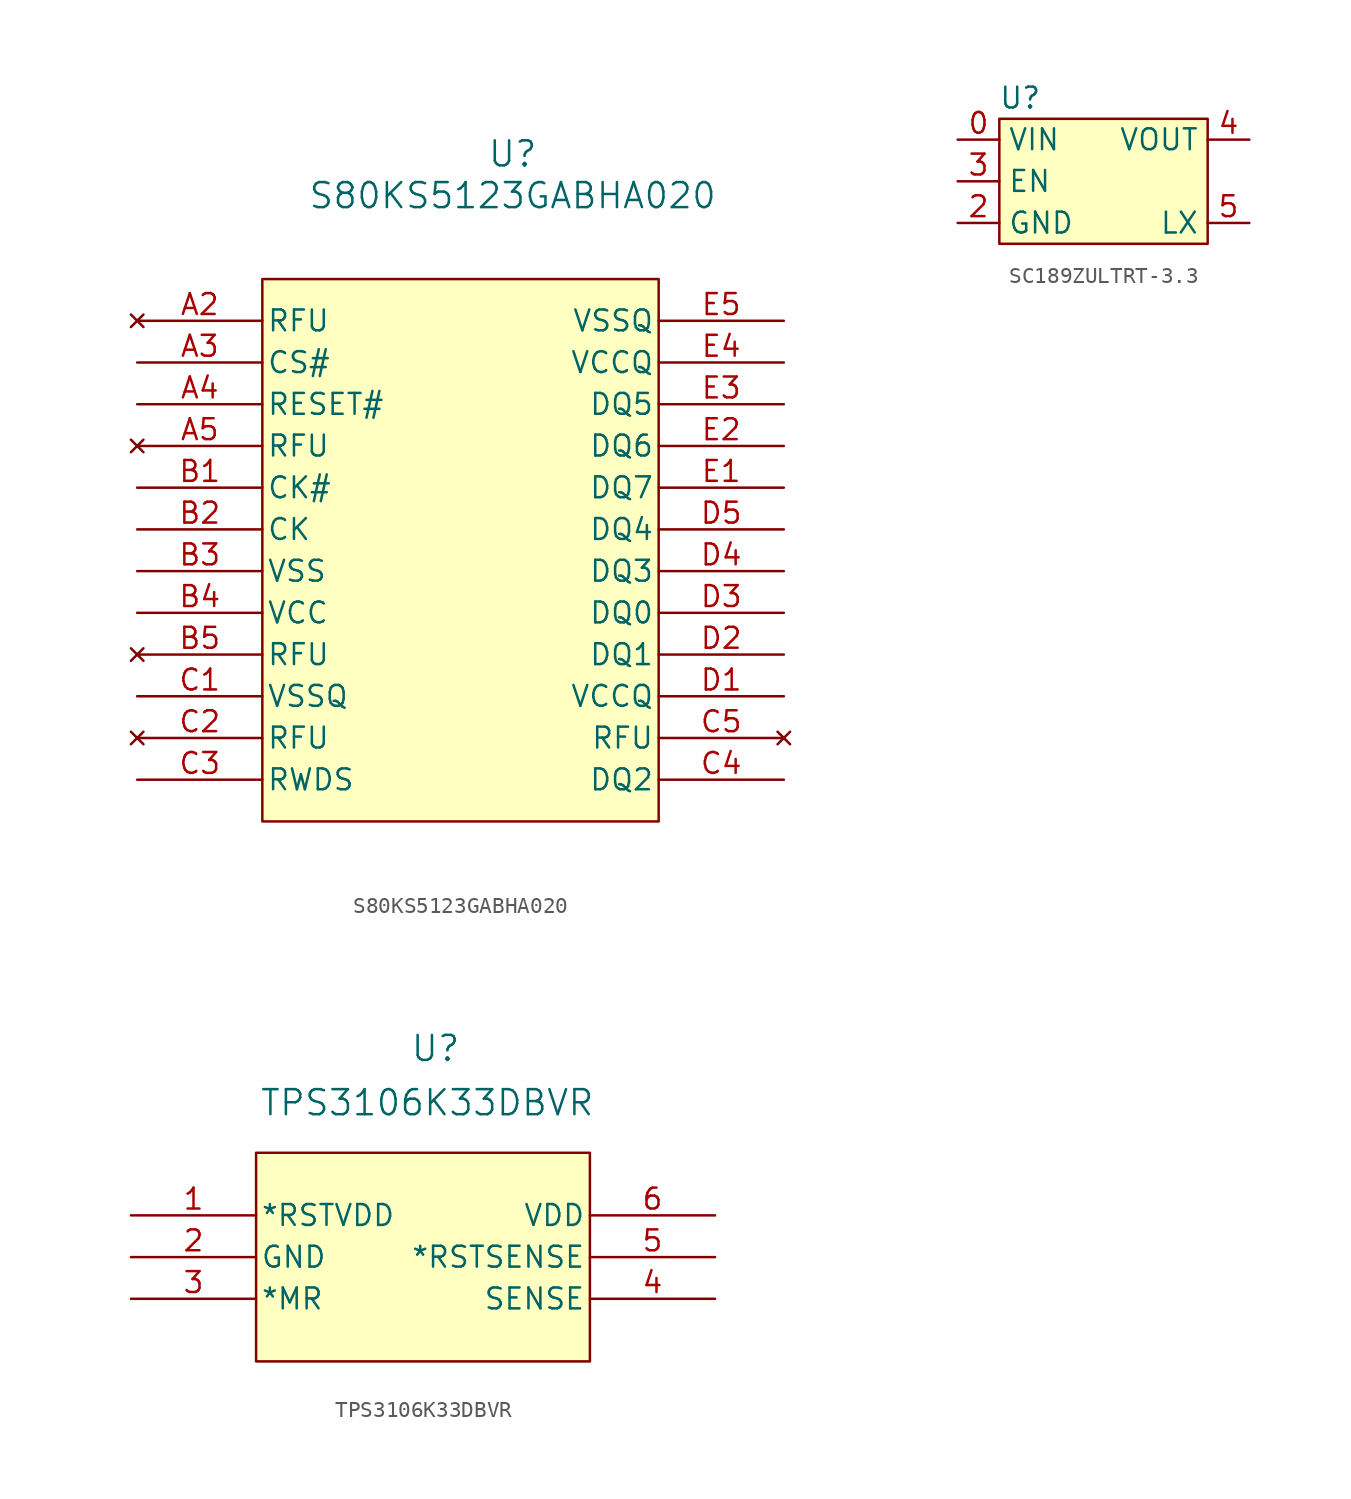
<source format=kicad_sym>
(kicad_symbol_lib
  (version 20231120)
  (generator "kicad_symbol_editor")
  (generator_version "8.0")
  (symbol "S80KS5123GABHA020"
    (pin_names
      (offset 0.254))
    (property "Reference" "U"
      (at 22.86 10.16 0)
      (effects (font (size 1.524 1.524))))
    (property "Value" "S80KS5123GABHA020"
      (at 22.86 7.62 0)
      (effects (font (size 1.524 1.524))))
    (property "ki_locked" ""
      (at 0 0 0)
      (effects (font (size 1.27 1.27))))
    (symbol "S80KS5123GABHA020_1_1"
      (rectangle (start 7.62 2.54) (end 31.75 -30.48) (stroke (width 0) (type default)) (fill (type background)))
      (pin no_connect line (at 0 0 0) (length 7.62) (name "RFU" (effects (font (size 1.27 1.27)))) (number "A2" (effects (font (size 1.27 1.27)))))
      (pin input line (at 0 -2.54 0) (length 7.62) (name "CS#" (effects (font (size 1.27 1.27)))) (number "A3" (effects (font (size 1.27 1.27)))))
      (pin input line (at 0 -5.08 0) (length 7.62) (name "RESET#" (effects (font (size 1.27 1.27)))) (number "A4" (effects (font (size 1.27 1.27)))))
      (pin no_connect line (at 0 -7.62 0) (length 7.62) (name "RFU" (effects (font (size 1.27 1.27)))) (number "A5" (effects (font (size 1.27 1.27)))))
      (pin input line (at 0 -10.16 0) (length 7.62) (name "CK#" (effects (font (size 1.27 1.27)))) (number "B1" (effects (font (size 1.27 1.27)))))
      (pin input line (at 0 -12.7 0) (length 7.62) (name "CK" (effects (font (size 1.27 1.27)))) (number "B2" (effects (font (size 1.27 1.27)))))
      (pin power_out line (at 0 -15.24 0) (length 7.62) (name "VSS" (effects (font (size 1.27 1.27)))) (number "B3" (effects (font (size 1.27 1.27)))))
      (pin power_in line (at 0 -17.78 0) (length 7.62) (name "VCC" (effects (font (size 1.27 1.27)))) (number "B4" (effects (font (size 1.27 1.27)))))
      (pin no_connect line (at 0 -20.32 0) (length 7.62) (name "RFU" (effects (font (size 1.27 1.27)))) (number "B5" (effects (font (size 1.27 1.27)))))
      (pin power_out line (at 0 -22.86 0) (length 7.62) (name "VSSQ" (effects (font (size 1.27 1.27)))) (number "C1" (effects (font (size 1.27 1.27)))))
      (pin no_connect line (at 0 -25.4 0) (length 7.62) (name "RFU" (effects (font (size 1.27 1.27)))) (number "C2" (effects (font (size 1.27 1.27)))))
      (pin bidirectional line (at 0 -27.94 0) (length 7.62) (name "RWDS" (effects (font (size 1.27 1.27)))) (number "C3" (effects (font (size 1.27 1.27)))))
      (pin bidirectional line (at 39.37 -27.94 180) (length 7.62) (name "DQ2" (effects (font (size 1.27 1.27)))) (number "C4" (effects (font (size 1.27 1.27)))))
      (pin no_connect line (at 39.37 -25.4 180) (length 7.62) (name "RFU" (effects (font (size 1.27 1.27)))) (number "C5" (effects (font (size 1.27 1.27)))))
      (pin power_in line (at 39.37 -22.86 180) (length 7.62) (name "VCCQ" (effects (font (size 1.27 1.27)))) (number "D1" (effects (font (size 1.27 1.27)))))
      (pin bidirectional line (at 39.37 -20.32 180) (length 7.62) (name "DQ1" (effects (font (size 1.27 1.27)))) (number "D2" (effects (font (size 1.27 1.27)))))
      (pin bidirectional line (at 39.37 -17.78 180) (length 7.62) (name "DQ0" (effects (font (size 1.27 1.27)))) (number "D3" (effects (font (size 1.27 1.27)))))
      (pin bidirectional line (at 39.37 -15.24 180) (length 7.62) (name "DQ3" (effects (font (size 1.27 1.27)))) (number "D4" (effects (font (size 1.27 1.27)))))
      (pin bidirectional line (at 39.37 -12.7 180) (length 7.62) (name "DQ4" (effects (font (size 1.27 1.27)))) (number "D5" (effects (font (size 1.27 1.27)))))
      (pin bidirectional line (at 39.37 -10.16 180) (length 7.62) (name "DQ7" (effects (font (size 1.27 1.27)))) (number "E1" (effects (font (size 1.27 1.27)))))
      (pin bidirectional line (at 39.37 -7.62 180) (length 7.62) (name "DQ6" (effects (font (size 1.27 1.27)))) (number "E2" (effects (font (size 1.27 1.27)))))
      (pin bidirectional line (at 39.37 -5.08 180) (length 7.62) (name "DQ5" (effects (font (size 1.27 1.27)))) (number "E3" (effects (font (size 1.27 1.27)))))
      (pin power_in line (at 39.37 -2.54 180) (length 7.62) (name "VCCQ" (effects (font (size 1.27 1.27)))) (number "E4" (effects (font (size 1.27 1.27)))))
      (pin power_out line (at 39.37 0 180) (length 7.62) (name "VSSQ" (effects (font (size 1.27 1.27)))) (number "E5" (effects (font (size 1.27 1.27)))))))
  (symbol "SC189ZULTRT-3.3"
    (property "Reference" "U"
      (at 0 0 0)
      (effects (font (size 1.27 1.27))))
    (property "Value" ""
      (at 0 0 0)
      (effects (font (size 1.27 1.27))))
    (symbol "SC189ZULTRT-3.3_1_1"
      (rectangle (start -1.27 -1.27) (end 11.43 -8.89) (stroke (width 0) (type default)) (fill (type background)))
      (pin input line (at -3.81 -2.54 0) (length 2.54) (name "VIN" (effects (font (size 1.27 1.27)))) (number "0" (effects (font (size 1.27 1.27)))))
      (pin input line (at -3.81 -7.62 0) (length 2.54) (name "GND" (effects (font (size 1.27 1.27)))) (number "2" (effects (font (size 1.27 1.27)))))
      (pin input line (at -3.81 -5.08 0) (length 2.54) (name "EN" (effects (font (size 1.27 1.27)))) (number "3" (effects (font (size 1.27 1.27)))))
      (pin input line (at 13.97 -2.54 180) (length 2.54) (name "VOUT" (effects (font (size 1.27 1.27)))) (number "4" (effects (font (size 1.27 1.27)))))
      (pin input line (at 13.97 -7.62 180) (length 2.54) (name "LX" (effects (font (size 1.27 1.27)))) (number "5" (effects (font (size 1.27 1.27)))))))
  (symbol "TPS3106K33DBVR"
    (pin_names
      (offset 0.254))
    (property "Reference" "U"
      (at 18.542 10.16 0)
      (effects (font (size 1.524 1.524))))
    (property "Value" "TPS3106K33DBVR"
      (at 18.034 6.858 0)
      (effects (font (size 1.524 1.524))))
    (property "ki_locked" ""
      (at 0 0 0)
      (effects (font (size 1.27 1.27))))
    (symbol "TPS3106K33DBVR_1_1"
      (rectangle (start 7.62 3.81) (end 27.94 -8.89) (stroke (width 0) (type default)) (fill (type background)))
      (pin output line (at 0 0 0) (length 7.62) (name "*RSTVDD" (effects (font (size 1.27 1.27)))) (number "1" (effects (font (size 1.27 1.27)))))
      (pin power_in line (at 0 -2.54 0) (length 7.62) (name "GND" (effects (font (size 1.27 1.27)))) (number "2" (effects (font (size 1.27 1.27)))))
      (pin input line (at 0 -5.08 0) (length 7.62) (name "*MR" (effects (font (size 1.27 1.27)))) (number "3" (effects (font (size 1.27 1.27)))))
      (pin unspecified line (at 35.56 -5.08 180) (length 7.62) (name "SENSE" (effects (font (size 1.27 1.27)))) (number "4" (effects (font (size 1.27 1.27)))))
      (pin output line (at 35.56 -2.54 180) (length 7.62) (name "*RSTSENSE" (effects (font (size 1.27 1.27)))) (number "5" (effects (font (size 1.27 1.27)))))
      (pin power_in line (at 35.56 0 180) (length 7.62) (name "VDD" (effects (font (size 1.27 1.27)))) (number "6" (effects (font (size 1.27 1.27))))))))
</source>
